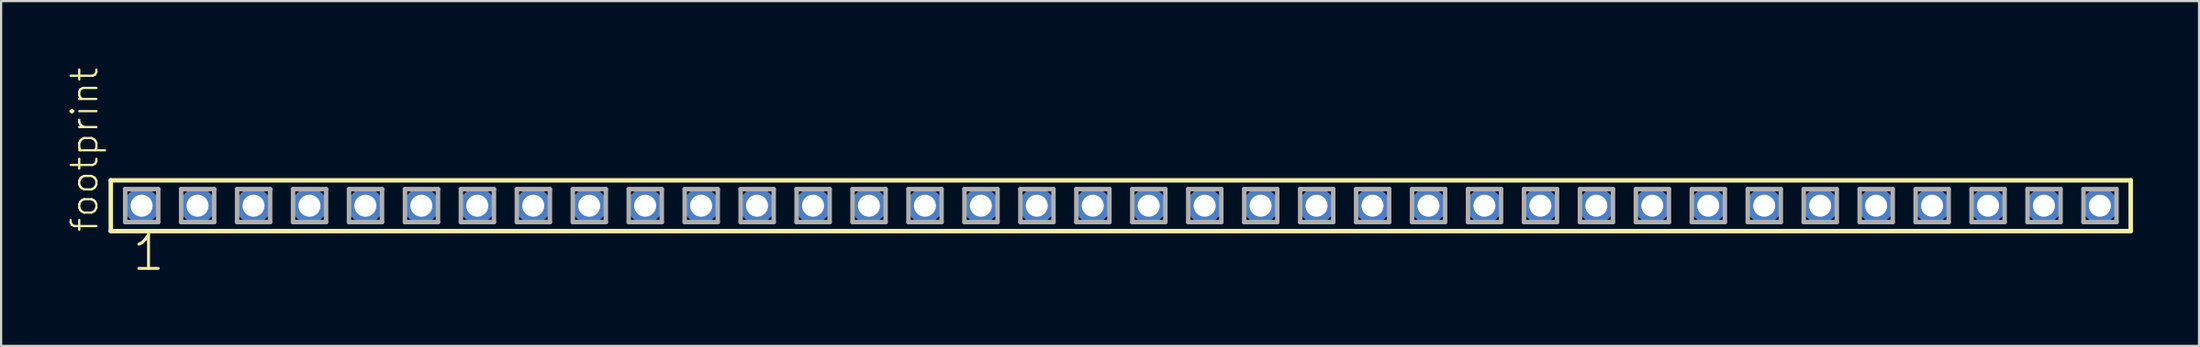
<source format=kicad_pcb>
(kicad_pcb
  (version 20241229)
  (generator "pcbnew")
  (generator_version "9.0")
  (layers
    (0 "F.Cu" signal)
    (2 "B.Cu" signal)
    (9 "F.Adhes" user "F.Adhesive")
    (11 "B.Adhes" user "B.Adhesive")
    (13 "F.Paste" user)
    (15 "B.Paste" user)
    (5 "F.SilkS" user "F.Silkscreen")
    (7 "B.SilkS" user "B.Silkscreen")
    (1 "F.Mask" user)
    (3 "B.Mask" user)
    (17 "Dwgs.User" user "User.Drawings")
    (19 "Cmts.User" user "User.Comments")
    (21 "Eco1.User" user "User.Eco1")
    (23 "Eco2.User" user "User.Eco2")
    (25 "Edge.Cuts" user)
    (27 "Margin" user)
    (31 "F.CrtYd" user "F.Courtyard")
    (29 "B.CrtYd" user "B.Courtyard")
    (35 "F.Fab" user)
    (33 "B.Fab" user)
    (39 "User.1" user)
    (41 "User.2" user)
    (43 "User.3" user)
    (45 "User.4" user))
  (footprint "footprint"
    (layer "F.Cu")
    (at 47.828 6.312)
    (property "Reference" "footprint" (at -46.355 1.27 90) (layer "F.SilkS") (effects (font (size 1.168 1.168) (thickness 0.102)) (justify left bottom)))
    (fp_line (start -45.849 -1.155) (end 45.849 -1.155) (stroke (width 0.203) (type solid)) (layer "F.SilkS"))
    (fp_line (start -45.849 1.155) (end -45.849 -1.155) (stroke (width 0.203) (type solid)) (layer "F.SilkS"))
    (fp_line (start 45.849 -1.155) (end 45.849 1.155) (stroke (width 0.203) (type solid)) (layer "F.SilkS"))
    (fp_line (start 45.849 1.155) (end -45.849 1.155) (stroke (width 0.203) (type solid)) (layer "F.SilkS"))
    (fp_line (start -45.195 -0.755) (end -43.695 -0.755) (stroke (width 0.203) (type solid)) (layer "F.Fab"))
    (fp_line (start -45.195 0.745) (end -45.195 -0.755) (stroke (width 0.203) (type solid)) (layer "F.Fab"))
    (fp_line (start -43.695 -0.755) (end -43.695 0.745) (stroke (width 0.203) (type solid)) (layer "F.Fab"))
    (fp_line (start -43.695 0.745) (end -45.195 0.745) (stroke (width 0.203) (type solid)) (layer "F.Fab"))
    (fp_line (start -42.655 -0.755) (end -41.155 -0.755) (stroke (width 0.203) (type solid)) (layer "F.Fab"))
    (fp_line (start -42.655 0.745) (end -42.655 -0.755) (stroke (width 0.203) (type solid)) (layer "F.Fab"))
    (fp_line (start -41.155 -0.755) (end -41.155 0.745) (stroke (width 0.203) (type solid)) (layer "F.Fab"))
    (fp_line (start -41.155 0.745) (end -42.655 0.745) (stroke (width 0.203) (type solid)) (layer "F.Fab"))
    (fp_line (start -40.115 -0.755) (end -38.615 -0.755) (stroke (width 0.203) (type solid)) (layer "F.Fab"))
    (fp_line (start -40.115 0.745) (end -40.115 -0.755) (stroke (width 0.203) (type solid)) (layer "F.Fab"))
    (fp_line (start -38.615 -0.755) (end -38.615 0.745) (stroke (width 0.203) (type solid)) (layer "F.Fab"))
    (fp_line (start -38.615 0.745) (end -40.115 0.745) (stroke (width 0.203) (type solid)) (layer "F.Fab"))
    (fp_line (start -37.575 -0.755) (end -36.075 -0.755) (stroke (width 0.203) (type solid)) (layer "F.Fab"))
    (fp_line (start -37.575 0.745) (end -37.575 -0.755) (stroke (width 0.203) (type solid)) (layer "F.Fab"))
    (fp_line (start -36.075 -0.755) (end -36.075 0.745) (stroke (width 0.203) (type solid)) (layer "F.Fab"))
    (fp_line (start -36.075 0.745) (end -37.575 0.745) (stroke (width 0.203) (type solid)) (layer "F.Fab"))
    (fp_line (start -35.035 -0.755) (end -33.535 -0.755) (stroke (width 0.203) (type solid)) (layer "F.Fab"))
    (fp_line (start -35.035 0.745) (end -35.035 -0.755) (stroke (width 0.203) (type solid)) (layer "F.Fab"))
    (fp_line (start -33.535 -0.755) (end -33.535 0.745) (stroke (width 0.203) (type solid)) (layer "F.Fab"))
    (fp_line (start -33.535 0.745) (end -35.035 0.745) (stroke (width 0.203) (type solid)) (layer "F.Fab"))
    (fp_line (start -32.495 -0.755) (end -30.995 -0.755) (stroke (width 0.203) (type solid)) (layer "F.Fab"))
    (fp_line (start -32.495 0.745) (end -32.495 -0.755) (stroke (width 0.203) (type solid)) (layer "F.Fab"))
    (fp_line (start -30.995 -0.755) (end -30.995 0.745) (stroke (width 0.203) (type solid)) (layer "F.Fab"))
    (fp_line (start -30.995 0.745) (end -32.495 0.745) (stroke (width 0.203) (type solid)) (layer "F.Fab"))
    (fp_line (start -29.955 -0.755) (end -28.455 -0.755) (stroke (width 0.203) (type solid)) (layer "F.Fab"))
    (fp_line (start -29.955 0.745) (end -29.955 -0.755) (stroke (width 0.203) (type solid)) (layer "F.Fab"))
    (fp_line (start -28.455 -0.755) (end -28.455 0.745) (stroke (width 0.203) (type solid)) (layer "F.Fab"))
    (fp_line (start -28.455 0.745) (end -29.955 0.745) (stroke (width 0.203) (type solid)) (layer "F.Fab"))
    (fp_line (start -27.415 -0.755) (end -25.915 -0.755) (stroke (width 0.203) (type solid)) (layer "F.Fab"))
    (fp_line (start -27.415 0.745) (end -27.415 -0.755) (stroke (width 0.203) (type solid)) (layer "F.Fab"))
    (fp_line (start -25.915 -0.755) (end -25.915 0.745) (stroke (width 0.203) (type solid)) (layer "F.Fab"))
    (fp_line (start -25.915 0.745) (end -27.415 0.745) (stroke (width 0.203) (type solid)) (layer "F.Fab"))
    (fp_line (start -24.875 -0.755) (end -23.375 -0.755) (stroke (width 0.203) (type solid)) (layer "F.Fab"))
    (fp_line (start -24.875 0.745) (end -24.875 -0.755) (stroke (width 0.203) (type solid)) (layer "F.Fab"))
    (fp_line (start -23.375 -0.755) (end -23.375 0.745) (stroke (width 0.203) (type solid)) (layer "F.Fab"))
    (fp_line (start -23.375 0.745) (end -24.875 0.745) (stroke (width 0.203) (type solid)) (layer "F.Fab"))
    (fp_line (start -22.335 -0.755) (end -20.835 -0.755) (stroke (width 0.203) (type solid)) (layer "F.Fab"))
    (fp_line (start -22.335 0.745) (end -22.335 -0.755) (stroke (width 0.203) (type solid)) (layer "F.Fab"))
    (fp_line (start -20.835 -0.755) (end -20.835 0.745) (stroke (width 0.203) (type solid)) (layer "F.Fab"))
    (fp_line (start -20.835 0.745) (end -22.335 0.745) (stroke (width 0.203) (type solid)) (layer "F.Fab"))
    (fp_line (start -19.795 -0.755) (end -18.295 -0.755) (stroke (width 0.203) (type solid)) (layer "F.Fab"))
    (fp_line (start -19.795 0.745) (end -19.795 -0.755) (stroke (width 0.203) (type solid)) (layer "F.Fab"))
    (fp_line (start -18.295 -0.755) (end -18.295 0.745) (stroke (width 0.203) (type solid)) (layer "F.Fab"))
    (fp_line (start -18.295 0.745) (end -19.795 0.745) (stroke (width 0.203) (type solid)) (layer "F.Fab"))
    (fp_line (start -17.255 -0.755) (end -15.755 -0.755) (stroke (width 0.203) (type solid)) (layer "F.Fab"))
    (fp_line (start -17.255 0.745) (end -17.255 -0.755) (stroke (width 0.203) (type solid)) (layer "F.Fab"))
    (fp_line (start -15.755 -0.755) (end -15.755 0.745) (stroke (width 0.203) (type solid)) (layer "F.Fab"))
    (fp_line (start -15.755 0.745) (end -17.255 0.745) (stroke (width 0.203) (type solid)) (layer "F.Fab"))
    (fp_line (start -14.715 -0.755) (end -13.215 -0.755) (stroke (width 0.203) (type solid)) (layer "F.Fab"))
    (fp_line (start -14.715 0.745) (end -14.715 -0.755) (stroke (width 0.203) (type solid)) (layer "F.Fab"))
    (fp_line (start -13.215 -0.755) (end -13.215 0.745) (stroke (width 0.203) (type solid)) (layer "F.Fab"))
    (fp_line (start -13.215 0.745) (end -14.715 0.745) (stroke (width 0.203) (type solid)) (layer "F.Fab"))
    (fp_line (start -12.175 -0.755) (end -10.675 -0.755) (stroke (width 0.203) (type solid)) (layer "F.Fab"))
    (fp_line (start -12.175 0.745) (end -12.175 -0.755) (stroke (width 0.203) (type solid)) (layer "F.Fab"))
    (fp_line (start -10.675 -0.755) (end -10.675 0.745) (stroke (width 0.203) (type solid)) (layer "F.Fab"))
    (fp_line (start -10.675 0.745) (end -12.175 0.745) (stroke (width 0.203) (type solid)) (layer "F.Fab"))
    (fp_line (start -9.635 -0.755) (end -8.135 -0.755) (stroke (width 0.203) (type solid)) (layer "F.Fab"))
    (fp_line (start -9.635 0.745) (end -9.635 -0.755) (stroke (width 0.203) (type solid)) (layer "F.Fab"))
    (fp_line (start -8.135 -0.755) (end -8.135 0.745) (stroke (width 0.203) (type solid)) (layer "F.Fab"))
    (fp_line (start -8.135 0.745) (end -9.635 0.745) (stroke (width 0.203) (type solid)) (layer "F.Fab"))
    (fp_line (start -7.095 -0.755) (end -5.595 -0.755) (stroke (width 0.203) (type solid)) (layer "F.Fab"))
    (fp_line (start -7.095 0.745) (end -7.095 -0.755) (stroke (width 0.203) (type solid)) (layer "F.Fab"))
    (fp_line (start -5.595 -0.755) (end -5.595 0.745) (stroke (width 0.203) (type solid)) (layer "F.Fab"))
    (fp_line (start -5.595 0.745) (end -7.095 0.745) (stroke (width 0.203) (type solid)) (layer "F.Fab"))
    (fp_line (start -4.555 -0.755) (end -3.055 -0.755) (stroke (width 0.203) (type solid)) (layer "F.Fab"))
    (fp_line (start -4.555 0.745) (end -4.555 -0.755) (stroke (width 0.203) (type solid)) (layer "F.Fab"))
    (fp_line (start -3.055 -0.755) (end -3.055 0.745) (stroke (width 0.203) (type solid)) (layer "F.Fab"))
    (fp_line (start -3.055 0.745) (end -4.555 0.745) (stroke (width 0.203) (type solid)) (layer "F.Fab"))
    (fp_line (start -2.015 -0.755) (end -0.515 -0.755) (stroke (width 0.203) (type solid)) (layer "F.Fab"))
    (fp_line (start -2.015 0.745) (end -2.015 -0.755) (stroke (width 0.203) (type solid)) (layer "F.Fab"))
    (fp_line (start -0.515 -0.755) (end -0.515 0.745) (stroke (width 0.203) (type solid)) (layer "F.Fab"))
    (fp_line (start -0.515 0.745) (end -2.015 0.745) (stroke (width 0.203) (type solid)) (layer "F.Fab"))
    (fp_line (start 0.525 -0.755) (end 2.025 -0.755) (stroke (width 0.203) (type solid)) (layer "F.Fab"))
    (fp_line (start 0.525 0.745) (end 0.525 -0.755) (stroke (width 0.203) (type solid)) (layer "F.Fab"))
    (fp_line (start 2.025 -0.755) (end 2.025 0.745) (stroke (width 0.203) (type solid)) (layer "F.Fab"))
    (fp_line (start 2.025 0.745) (end 0.525 0.745) (stroke (width 0.203) (type solid)) (layer "F.Fab"))
    (fp_line (start 3.065 -0.755) (end 4.565 -0.755) (stroke (width 0.203) (type solid)) (layer "F.Fab"))
    (fp_line (start 3.065 0.745) (end 3.065 -0.755) (stroke (width 0.203) (type solid)) (layer "F.Fab"))
    (fp_line (start 4.565 -0.755) (end 4.565 0.745) (stroke (width 0.203) (type solid)) (layer "F.Fab"))
    (fp_line (start 4.565 0.745) (end 3.065 0.745) (stroke (width 0.203) (type solid)) (layer "F.Fab"))
    (fp_line (start 5.605 -0.755) (end 7.105 -0.755) (stroke (width 0.203) (type solid)) (layer "F.Fab"))
    (fp_line (start 5.605 0.745) (end 5.605 -0.755) (stroke (width 0.203) (type solid)) (layer "F.Fab"))
    (fp_line (start 7.105 -0.755) (end 7.105 0.745) (stroke (width 0.203) (type solid)) (layer "F.Fab"))
    (fp_line (start 7.105 0.745) (end 5.605 0.745) (stroke (width 0.203) (type solid)) (layer "F.Fab"))
    (fp_line (start 8.145 -0.755) (end 9.645 -0.755) (stroke (width 0.203) (type solid)) (layer "F.Fab"))
    (fp_line (start 8.145 0.745) (end 8.145 -0.755) (stroke (width 0.203) (type solid)) (layer "F.Fab"))
    (fp_line (start 9.645 -0.755) (end 9.645 0.745) (stroke (width 0.203) (type solid)) (layer "F.Fab"))
    (fp_line (start 9.645 0.745) (end 8.145 0.745) (stroke (width 0.203) (type solid)) (layer "F.Fab"))
    (fp_line (start 10.685 -0.755) (end 12.185 -0.755) (stroke (width 0.203) (type solid)) (layer "F.Fab"))
    (fp_line (start 10.685 0.745) (end 10.685 -0.755) (stroke (width 0.203) (type solid)) (layer "F.Fab"))
    (fp_line (start 12.185 -0.755) (end 12.185 0.745) (stroke (width 0.203) (type solid)) (layer "F.Fab"))
    (fp_line (start 12.185 0.745) (end 10.685 0.745) (stroke (width 0.203) (type solid)) (layer "F.Fab"))
    (fp_line (start 13.225 -0.755) (end 14.725 -0.755) (stroke (width 0.203) (type solid)) (layer "F.Fab"))
    (fp_line (start 13.225 0.745) (end 13.225 -0.755) (stroke (width 0.203) (type solid)) (layer "F.Fab"))
    (fp_line (start 14.725 -0.755) (end 14.725 0.745) (stroke (width 0.203) (type solid)) (layer "F.Fab"))
    (fp_line (start 14.725 0.745) (end 13.225 0.745) (stroke (width 0.203) (type solid)) (layer "F.Fab"))
    (fp_line (start 15.765 -0.755) (end 17.265 -0.755) (stroke (width 0.203) (type solid)) (layer "F.Fab"))
    (fp_line (start 15.765 0.745) (end 15.765 -0.755) (stroke (width 0.203) (type solid)) (layer "F.Fab"))
    (fp_line (start 17.265 -0.755) (end 17.265 0.745) (stroke (width 0.203) (type solid)) (layer "F.Fab"))
    (fp_line (start 17.265 0.745) (end 15.765 0.745) (stroke (width 0.203) (type solid)) (layer "F.Fab"))
    (fp_line (start 18.305 -0.755) (end 19.805 -0.755) (stroke (width 0.203) (type solid)) (layer "F.Fab"))
    (fp_line (start 18.305 0.745) (end 18.305 -0.755) (stroke (width 0.203) (type solid)) (layer "F.Fab"))
    (fp_line (start 19.805 -0.755) (end 19.805 0.745) (stroke (width 0.203) (type solid)) (layer "F.Fab"))
    (fp_line (start 19.805 0.745) (end 18.305 0.745) (stroke (width 0.203) (type solid)) (layer "F.Fab"))
    (fp_line (start 20.845 -0.755) (end 22.345 -0.755) (stroke (width 0.203) (type solid)) (layer "F.Fab"))
    (fp_line (start 20.845 0.745) (end 20.845 -0.755) (stroke (width 0.203) (type solid)) (layer "F.Fab"))
    (fp_line (start 22.345 -0.755) (end 22.345 0.745) (stroke (width 0.203) (type solid)) (layer "F.Fab"))
    (fp_line (start 22.345 0.745) (end 20.845 0.745) (stroke (width 0.203) (type solid)) (layer "F.Fab"))
    (fp_line (start 23.385 -0.755) (end 24.885 -0.755) (stroke (width 0.203) (type solid)) (layer "F.Fab"))
    (fp_line (start 23.385 0.745) (end 23.385 -0.755) (stroke (width 0.203) (type solid)) (layer "F.Fab"))
    (fp_line (start 24.885 -0.755) (end 24.885 0.745) (stroke (width 0.203) (type solid)) (layer "F.Fab"))
    (fp_line (start 24.885 0.745) (end 23.385 0.745) (stroke (width 0.203) (type solid)) (layer "F.Fab"))
    (fp_line (start 25.925 -0.755) (end 27.425 -0.755) (stroke (width 0.203) (type solid)) (layer "F.Fab"))
    (fp_line (start 25.925 0.745) (end 25.925 -0.755) (stroke (width 0.203) (type solid)) (layer "F.Fab"))
    (fp_line (start 27.425 -0.755) (end 27.425 0.745) (stroke (width 0.203) (type solid)) (layer "F.Fab"))
    (fp_line (start 27.425 0.745) (end 25.925 0.745) (stroke (width 0.203) (type solid)) (layer "F.Fab"))
    (fp_line (start 28.465 -0.755) (end 29.965 -0.755) (stroke (width 0.203) (type solid)) (layer "F.Fab"))
    (fp_line (start 28.465 0.745) (end 28.465 -0.755) (stroke (width 0.203) (type solid)) (layer "F.Fab"))
    (fp_line (start 29.965 -0.755) (end 29.965 0.745) (stroke (width 0.203) (type solid)) (layer "F.Fab"))
    (fp_line (start 29.965 0.745) (end 28.465 0.745) (stroke (width 0.203) (type solid)) (layer "F.Fab"))
    (fp_line (start 31.005 -0.755) (end 32.505 -0.755) (stroke (width 0.203) (type solid)) (layer "F.Fab"))
    (fp_line (start 31.005 0.745) (end 31.005 -0.755) (stroke (width 0.203) (type solid)) (layer "F.Fab"))
    (fp_line (start 32.505 -0.755) (end 32.505 0.745) (stroke (width 0.203) (type solid)) (layer "F.Fab"))
    (fp_line (start 32.505 0.745) (end 31.005 0.745) (stroke (width 0.203) (type solid)) (layer "F.Fab"))
    (fp_line (start 33.545 -0.755) (end 35.045 -0.755) (stroke (width 0.203) (type solid)) (layer "F.Fab"))
    (fp_line (start 33.545 0.745) (end 33.545 -0.755) (stroke (width 0.203) (type solid)) (layer "F.Fab"))
    (fp_line (start 35.045 -0.755) (end 35.045 0.745) (stroke (width 0.203) (type solid)) (layer "F.Fab"))
    (fp_line (start 35.045 0.745) (end 33.545 0.745) (stroke (width 0.203) (type solid)) (layer "F.Fab"))
    (fp_line (start 36.085 -0.755) (end 37.585 -0.755) (stroke (width 0.203) (type solid)) (layer "F.Fab"))
    (fp_line (start 36.085 0.745) (end 36.085 -0.755) (stroke (width 0.203) (type solid)) (layer "F.Fab"))
    (fp_line (start 37.585 -0.755) (end 37.585 0.745) (stroke (width 0.203) (type solid)) (layer "F.Fab"))
    (fp_line (start 37.585 0.745) (end 36.085 0.745) (stroke (width 0.203) (type solid)) (layer "F.Fab"))
    (fp_line (start 38.625 -0.755) (end 40.125 -0.755) (stroke (width 0.203) (type solid)) (layer "F.Fab"))
    (fp_line (start 38.625 0.745) (end 38.625 -0.755) (stroke (width 0.203) (type solid)) (layer "F.Fab"))
    (fp_line (start 40.125 -0.755) (end 40.125 0.745) (stroke (width 0.203) (type solid)) (layer "F.Fab"))
    (fp_line (start 40.125 0.745) (end 38.625 0.745) (stroke (width 0.203) (type solid)) (layer "F.Fab"))
    (fp_line (start 41.165 -0.755) (end 42.665 -0.755) (stroke (width 0.203) (type solid)) (layer "F.Fab"))
    (fp_line (start 41.165 0.745) (end 41.165 -0.755) (stroke (width 0.203) (type solid)) (layer "F.Fab"))
    (fp_line (start 42.665 -0.755) (end 42.665 0.745) (stroke (width 0.203) (type solid)) (layer "F.Fab"))
    (fp_line (start 42.665 0.745) (end 41.165 0.745) (stroke (width 0.203) (type solid)) (layer "F.Fab"))
    (fp_line (start 43.705 -0.755) (end 45.205 -0.755) (stroke (width 0.203) (type solid)) (layer "F.Fab"))
    (fp_line (start 43.705 0.745) (end 43.705 -0.755) (stroke (width 0.203) (type solid)) (layer "F.Fab"))
    (fp_line (start 45.205 -0.755) (end 45.205 0.745) (stroke (width 0.203) (type solid)) (layer "F.Fab"))
    (fp_line (start 45.205 0.745) (end 43.705 0.745) (stroke (width 0.203) (type solid)) (layer "F.Fab"))
    (fp_text user "1" (at -44.958 3.048 0) (layer "F.SilkS") (effects (font (size 1.542 1.542) (thickness 0.134)) (justify left bottom)))
    (pad "1" thru_hole roundrect (at -44.45 0) (size 1.5 1.5) (drill 1) (layers "*.Cu" "*.Mask") (roundrect_rratio 0.25) (chamfer_ratio 0.25) (chamfer top_left top_right bottom_left bottom_right))
    (pad "2" thru_hole roundrect (at -41.91 0) (size 1.5 1.5) (drill 1) (layers "*.Cu" "*.Mask") (roundrect_rratio 0.25) (chamfer_ratio 0.25) (chamfer top_left top_right bottom_left bottom_right))
    (pad "3" thru_hole roundrect (at -39.37 0) (size 1.5 1.5) (drill 1) (layers "*.Cu" "*.Mask") (roundrect_rratio 0.25) (chamfer_ratio 0.25) (chamfer top_left top_right bottom_left bottom_right))
    (pad "4" thru_hole roundrect (at -36.83 0) (size 1.5 1.5) (drill 1) (layers "*.Cu" "*.Mask") (roundrect_rratio 0.25) (chamfer_ratio 0.25) (chamfer top_left top_right bottom_left bottom_right))
    (pad "5" thru_hole roundrect (at -34.29 0) (size 1.5 1.5) (drill 1) (layers "*.Cu" "*.Mask") (roundrect_rratio 0.25) (chamfer_ratio 0.25) (chamfer top_left top_right bottom_left bottom_right))
    (pad "6" thru_hole roundrect (at -31.75 0) (size 1.5 1.5) (drill 1) (layers "*.Cu" "*.Mask") (roundrect_rratio 0.25) (chamfer_ratio 0.25) (chamfer top_left top_right bottom_left bottom_right))
    (pad "7" thru_hole roundrect (at -29.21 0) (size 1.5 1.5) (drill 1) (layers "*.Cu" "*.Mask") (roundrect_rratio 0.25) (chamfer_ratio 0.25) (chamfer top_left top_right bottom_left bottom_right))
    (pad "8" thru_hole roundrect (at -26.67 0) (size 1.5 1.5) (drill 1) (layers "*.Cu" "*.Mask") (roundrect_rratio 0.25) (chamfer_ratio 0.25) (chamfer top_left top_right bottom_left bottom_right))
    (pad "9" thru_hole roundrect (at -24.13 0) (size 1.5 1.5) (drill 1) (layers "*.Cu" "*.Mask") (roundrect_rratio 0.25) (chamfer_ratio 0.25) (chamfer top_left top_right bottom_left bottom_right))
    (pad "10" thru_hole roundrect (at -21.59 0) (size 1.5 1.5) (drill 1) (layers "*.Cu" "*.Mask") (roundrect_rratio 0.25) (chamfer_ratio 0.25) (chamfer top_left top_right bottom_left bottom_right))
    (pad "11" thru_hole roundrect (at -19.05 0) (size 1.5 1.5) (drill 1) (layers "*.Cu" "*.Mask") (roundrect_rratio 0.25) (chamfer_ratio 0.25) (chamfer top_left top_right bottom_left bottom_right))
    (pad "12" thru_hole roundrect (at -16.51 0) (size 1.5 1.5) (drill 1) (layers "*.Cu" "*.Mask") (roundrect_rratio 0.25) (chamfer_ratio 0.25) (chamfer top_left top_right bottom_left bottom_right))
    (pad "13" thru_hole roundrect (at -13.97 0) (size 1.5 1.5) (drill 1) (layers "*.Cu" "*.Mask") (roundrect_rratio 0.25) (chamfer_ratio 0.25) (chamfer top_left top_right bottom_left bottom_right))
    (pad "14" thru_hole roundrect (at -11.43 0) (size 1.5 1.5) (drill 1) (layers "*.Cu" "*.Mask") (roundrect_rratio 0.25) (chamfer_ratio 0.25) (chamfer top_left top_right bottom_left bottom_right))
    (pad "15" thru_hole roundrect (at -8.89 0) (size 1.5 1.5) (drill 1) (layers "*.Cu" "*.Mask") (roundrect_rratio 0.25) (chamfer_ratio 0.25) (chamfer top_left top_right bottom_left bottom_right))
    (pad "16" thru_hole roundrect (at -6.35 0) (size 1.5 1.5) (drill 1) (layers "*.Cu" "*.Mask") (roundrect_rratio 0.25) (chamfer_ratio 0.25) (chamfer top_left top_right bottom_left bottom_right))
    (pad "17" thru_hole roundrect (at -3.81 0) (size 1.5 1.5) (drill 1) (layers "*.Cu" "*.Mask") (roundrect_rratio 0.25) (chamfer_ratio 0.25) (chamfer top_left top_right bottom_left bottom_right))
    (pad "18" thru_hole roundrect (at -1.27 0) (size 1.5 1.5) (drill 1) (layers "*.Cu" "*.Mask") (roundrect_rratio 0.25) (chamfer_ratio 0.25) (chamfer top_left top_right bottom_left bottom_right))
    (pad "19" thru_hole roundrect (at 1.27 0) (size 1.5 1.5) (drill 1) (layers "*.Cu" "*.Mask") (roundrect_rratio 0.25) (chamfer_ratio 0.25) (chamfer top_left top_right bottom_left bottom_right))
    (pad "20" thru_hole roundrect (at 3.81 0) (size 1.5 1.5) (drill 1) (layers "*.Cu" "*.Mask") (roundrect_rratio 0.25) (chamfer_ratio 0.25) (chamfer top_left top_right bottom_left bottom_right))
    (pad "21" thru_hole roundrect (at 6.35 0) (size 1.5 1.5) (drill 1) (layers "*.Cu" "*.Mask") (roundrect_rratio 0.25) (chamfer_ratio 0.25) (chamfer top_left top_right bottom_left bottom_right))
    (pad "22" thru_hole roundrect (at 8.89 0) (size 1.5 1.5) (drill 1) (layers "*.Cu" "*.Mask") (roundrect_rratio 0.25) (chamfer_ratio 0.25) (chamfer top_left top_right bottom_left bottom_right))
    (pad "23" thru_hole roundrect (at 11.43 0) (size 1.5 1.5) (drill 1) (layers "*.Cu" "*.Mask") (roundrect_rratio 0.25) (chamfer_ratio 0.25) (chamfer top_left top_right bottom_left bottom_right))
    (pad "24" thru_hole roundrect (at 13.97 0) (size 1.5 1.5) (drill 1) (layers "*.Cu" "*.Mask") (roundrect_rratio 0.25) (chamfer_ratio 0.25) (chamfer top_left top_right bottom_left bottom_right))
    (pad "25" thru_hole roundrect (at 16.51 0) (size 1.5 1.5) (drill 1) (layers "*.Cu" "*.Mask") (roundrect_rratio 0.25) (chamfer_ratio 0.25) (chamfer top_left top_right bottom_left bottom_right))
    (pad "26" thru_hole roundrect (at 19.05 0) (size 1.5 1.5) (drill 1) (layers "*.Cu" "*.Mask") (roundrect_rratio 0.25) (chamfer_ratio 0.25) (chamfer top_left top_right bottom_left bottom_right))
    (pad "27" thru_hole roundrect (at 21.59 0) (size 1.5 1.5) (drill 1) (layers "*.Cu" "*.Mask") (roundrect_rratio 0.25) (chamfer_ratio 0.25) (chamfer top_left top_right bottom_left bottom_right))
    (pad "28" thru_hole roundrect (at 24.13 0) (size 1.5 1.5) (drill 1) (layers "*.Cu" "*.Mask") (roundrect_rratio 0.25) (chamfer_ratio 0.25) (chamfer top_left top_right bottom_left bottom_right))
    (pad "29" thru_hole roundrect (at 26.67 0) (size 1.5 1.5) (drill 1) (layers "*.Cu" "*.Mask") (roundrect_rratio 0.25) (chamfer_ratio 0.25) (chamfer top_left top_right bottom_left bottom_right))
    (pad "30" thru_hole roundrect (at 29.21 0) (size 1.5 1.5) (drill 1) (layers "*.Cu" "*.Mask") (roundrect_rratio 0.25) (chamfer_ratio 0.25) (chamfer top_left top_right bottom_left bottom_right))
    (pad "31" thru_hole roundrect (at 31.75 0) (size 1.5 1.5) (drill 1) (layers "*.Cu" "*.Mask") (roundrect_rratio 0.25) (chamfer_ratio 0.25) (chamfer top_left top_right bottom_left bottom_right))
    (pad "32" thru_hole roundrect (at 34.29 0) (size 1.5 1.5) (drill 1) (layers "*.Cu" "*.Mask") (roundrect_rratio 0.25) (chamfer_ratio 0.25) (chamfer top_left top_right bottom_left bottom_right))
    (pad "33" thru_hole roundrect (at 36.83 0) (size 1.5 1.5) (drill 1) (layers "*.Cu" "*.Mask") (roundrect_rratio 0.25) (chamfer_ratio 0.25) (chamfer top_left top_right bottom_left bottom_right))
    (pad "34" thru_hole roundrect (at 39.37 0) (size 1.5 1.5) (drill 1) (layers "*.Cu" "*.Mask") (roundrect_rratio 0.25) (chamfer_ratio 0.25) (chamfer top_left top_right bottom_left bottom_right))
    (pad "35" thru_hole roundrect (at 41.91 0) (size 1.5 1.5) (drill 1) (layers "*.Cu" "*.Mask") (roundrect_rratio 0.25) (chamfer_ratio 0.25) (chamfer top_left top_right bottom_left bottom_right))
    (pad "36" thru_hole roundrect (at 44.45 0) (size 1.5 1.5) (drill 1) (layers "*.Cu" "*.Mask") (roundrect_rratio 0.25) (chamfer_ratio 0.25) (chamfer top_left top_right bottom_left bottom_right)))
  (gr_rect
    (start -3 -3)
    (end 96.779 12.691)
    (stroke (width 0.1) (type default))
    (fill no)
    (layer "Edge.Cuts")))
</source>
